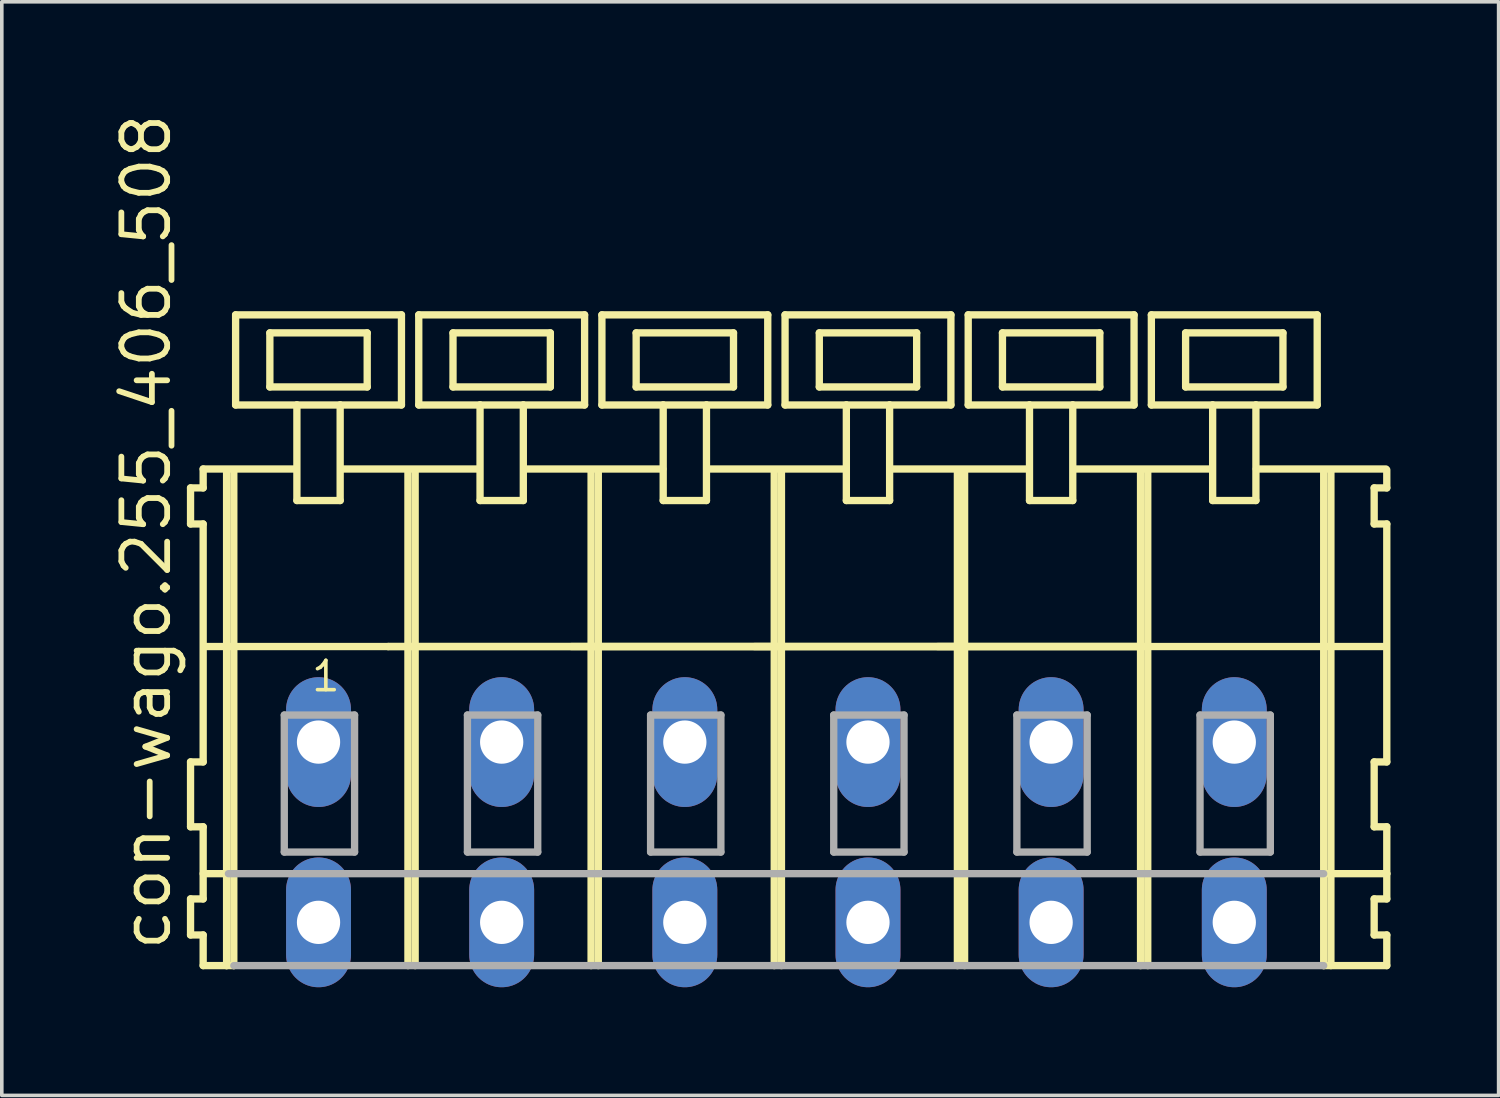
<source format=kicad_pcb>
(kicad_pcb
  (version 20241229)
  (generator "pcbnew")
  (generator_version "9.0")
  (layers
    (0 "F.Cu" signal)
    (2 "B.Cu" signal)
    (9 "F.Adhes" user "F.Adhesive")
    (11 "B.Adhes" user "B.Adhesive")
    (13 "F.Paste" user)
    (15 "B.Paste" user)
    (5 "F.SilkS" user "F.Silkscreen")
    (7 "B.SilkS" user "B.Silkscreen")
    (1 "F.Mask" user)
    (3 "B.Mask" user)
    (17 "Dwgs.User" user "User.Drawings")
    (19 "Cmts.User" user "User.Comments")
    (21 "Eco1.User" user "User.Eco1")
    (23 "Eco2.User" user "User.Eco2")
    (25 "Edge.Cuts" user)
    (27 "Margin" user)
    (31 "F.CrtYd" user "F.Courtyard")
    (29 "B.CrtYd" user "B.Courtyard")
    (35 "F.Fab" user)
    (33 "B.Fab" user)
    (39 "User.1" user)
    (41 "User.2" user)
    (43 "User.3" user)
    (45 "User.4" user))
  (footprint "con-wago.255_406_508"
    (layer "F.Cu")
    (at 18.485 17.533)
    (property "Reference" "con-wago.255_406_508" (at -16.735 5.855 90) (layer "F.SilkS") (effects (font (size 1.27 1.27) (thickness 0.16)) (justify left bottom)))
    (attr through_hole)
    (fp_line (start -16.25 -7.05) (end -16.25 -6.05) (stroke (width 0.203) (type default)) (layer "F.SilkS"))
    (fp_line (start -16.25 -6.05) (end -15.9 -6.05) (stroke (width 0.203) (type default)) (layer "F.SilkS"))
    (fp_line (start -16.25 0.55) (end -16.25 2.35) (stroke (width 0.203) (type default)) (layer "F.SilkS"))
    (fp_line (start -16.25 2.35) (end -15.9 2.35) (stroke (width 0.203) (type default)) (layer "F.SilkS"))
    (fp_line (start -16.25 4.35) (end -16.25 5.35) (stroke (width 0.203) (type default)) (layer "F.SilkS"))
    (fp_line (start -16.25 5.35) (end -15.9 5.35) (stroke (width 0.203) (type default)) (layer "F.SilkS"))
    (fp_line (start -15.9 -7.575) (end -15.9 -7.05) (stroke (width 0.203) (type default)) (layer "F.SilkS"))
    (fp_line (start -15.9 -7.575) (end -13.325 -7.575) (stroke (width 0.203) (type default)) (layer "F.SilkS"))
    (fp_line (start -15.9 -7.05) (end -16.25 -7.05) (stroke (width 0.203) (type default)) (layer "F.SilkS"))
    (fp_line (start -15.9 -6.05) (end -15.9 0.55) (stroke (width 0.203) (type default)) (layer "F.SilkS"))
    (fp_line (start -15.9 0.55) (end -16.25 0.55) (stroke (width 0.203) (type default)) (layer "F.SilkS"))
    (fp_line (start -15.9 2.35) (end -15.9 4.35) (stroke (width 0.203) (type default)) (layer "F.SilkS"))
    (fp_line (start -15.9 3.65) (end -15.2 3.65) (stroke (width 0.203) (type default)) (layer "F.SilkS"))
    (fp_line (start -15.9 4.35) (end -16.25 4.35) (stroke (width 0.203) (type default)) (layer "F.SilkS"))
    (fp_line (start -15.9 5.35) (end -15.9 6.2) (stroke (width 0.203) (type default)) (layer "F.SilkS"))
    (fp_line (start -15.9 6.2) (end -15.25 6.2) (stroke (width 0.203) (type default)) (layer "F.SilkS"))
    (fp_line (start -15.85 -2.65) (end -10.77 -2.65) (stroke (width 0.203) (type default)) (layer "F.SilkS"))
    (fp_line (start -15.25 -7.55) (end -15.25 6.2) (stroke (width 0.203) (type default)) (layer "F.SilkS"))
    (fp_line (start -15.25 6.2) (end -15.05 6.2) (stroke (width 0.203) (type default)) (layer "F.SilkS"))
    (fp_line (start -15.05 -7.55) (end -15.05 6.2) (stroke (width 0.203) (type default)) (layer "F.SilkS"))
    (fp_line (start -15 -11.85) (end -15 -9.35) (stroke (width 0.203) (type default)) (layer "F.SilkS"))
    (fp_line (start -15 -9.35) (end -13.3 -9.35) (stroke (width 0.203) (type default)) (layer "F.SilkS"))
    (fp_line (start -14.05 -11.35) (end -14.05 -9.85) (stroke (width 0.203) (type default)) (layer "F.SilkS"))
    (fp_line (start -14.05 -9.85) (end -11.35 -9.85) (stroke (width 0.203) (type default)) (layer "F.SilkS"))
    (fp_line (start -13.3 -9.35) (end -13.3 -6.7) (stroke (width 0.203) (type default)) (layer "F.SilkS"))
    (fp_line (start -13.3 -9.35) (end -12.1 -9.35) (stroke (width 0.203) (type default)) (layer "F.SilkS"))
    (fp_line (start -13.3 -6.7) (end -12.1 -6.7) (stroke (width 0.203) (type default)) (layer "F.SilkS"))
    (fp_line (start -12.1 -9.35) (end -10.4 -9.35) (stroke (width 0.203) (type default)) (layer "F.SilkS"))
    (fp_line (start -12.1 -6.7) (end -12.1 -9.35) (stroke (width 0.203) (type default)) (layer "F.SilkS"))
    (fp_line (start -12.075 -7.575) (end -8.241 -7.575) (stroke (width 0.203) (type default)) (layer "F.SilkS"))
    (fp_line (start -11.35 -11.35) (end -14.05 -11.35) (stroke (width 0.203) (type default)) (layer "F.SilkS"))
    (fp_line (start -11.35 -9.85) (end -11.35 -11.35) (stroke (width 0.203) (type default)) (layer "F.SilkS"))
    (fp_line (start -10.77 -2.65) (end -10.22 -2.65) (stroke (width 0.203) (type default)) (layer "F.SilkS"))
    (fp_line (start -10.77 -2.65) (end -5.14 -2.65) (stroke (width 0.203) (type default)) (layer "F.SilkS"))
    (fp_line (start -10.4 -11.85) (end -15 -11.85) (stroke (width 0.203) (type default)) (layer "F.SilkS"))
    (fp_line (start -10.4 -9.35) (end -10.4 -11.85) (stroke (width 0.203) (type default)) (layer "F.SilkS"))
    (fp_line (start -10.22 -7.55) (end -10.22 -2.65) (stroke (width 0.203) (type default)) (layer "F.SilkS"))
    (fp_line (start -10.22 -2.65) (end -10.22 6.2) (stroke (width 0.203) (type default)) (layer "F.SilkS"))
    (fp_line (start -10.22 -2.65) (end -5.14 -2.65) (stroke (width 0.203) (type default)) (layer "F.SilkS"))
    (fp_line (start -10.02 -7.55) (end -10.02 6.2) (stroke (width 0.203) (type default)) (layer "F.SilkS"))
    (fp_line (start -9.92 -11.85) (end -9.92 -9.35) (stroke (width 0.203) (type default)) (layer "F.SilkS"))
    (fp_line (start -9.92 -9.35) (end -8.22 -9.35) (stroke (width 0.203) (type default)) (layer "F.SilkS"))
    (fp_line (start -8.97 -11.35) (end -8.97 -9.85) (stroke (width 0.203) (type default)) (layer "F.SilkS"))
    (fp_line (start -8.97 -9.85) (end -6.27 -9.85) (stroke (width 0.203) (type default)) (layer "F.SilkS"))
    (fp_line (start -8.22 -9.35) (end -8.22 -6.7) (stroke (width 0.203) (type default)) (layer "F.SilkS"))
    (fp_line (start -8.22 -9.35) (end -7.02 -9.35) (stroke (width 0.203) (type default)) (layer "F.SilkS"))
    (fp_line (start -8.22 -6.7) (end -7.02 -6.7) (stroke (width 0.203) (type default)) (layer "F.SilkS"))
    (fp_line (start -7.02 -9.35) (end -5.32 -9.35) (stroke (width 0.203) (type default)) (layer "F.SilkS"))
    (fp_line (start -7.02 -6.7) (end -7.02 -9.35) (stroke (width 0.203) (type default)) (layer "F.SilkS"))
    (fp_line (start -6.995 -7.575) (end -3.15 -7.575) (stroke (width 0.203) (type default)) (layer "F.SilkS"))
    (fp_line (start -6.27 -11.35) (end -8.97 -11.35) (stroke (width 0.203) (type default)) (layer "F.SilkS"))
    (fp_line (start -6.27 -9.85) (end -6.27 -11.35) (stroke (width 0.203) (type default)) (layer "F.SilkS"))
    (fp_line (start -5.69 -2.65) (end -0.06 -2.65) (stroke (width 0.203) (type default)) (layer "F.SilkS"))
    (fp_line (start -5.32 -11.85) (end -9.92 -11.85) (stroke (width 0.203) (type default)) (layer "F.SilkS"))
    (fp_line (start -5.32 -9.35) (end -5.32 -11.85) (stroke (width 0.203) (type default)) (layer "F.SilkS"))
    (fp_line (start -5.14 -7.55) (end -5.14 -2.65) (stroke (width 0.203) (type default)) (layer "F.SilkS"))
    (fp_line (start -5.14 -2.65) (end -5.14 6.2) (stroke (width 0.203) (type default)) (layer "F.SilkS"))
    (fp_line (start -5.14 -2.65) (end -0.06 -2.65) (stroke (width 0.203) (type default)) (layer "F.SilkS"))
    (fp_line (start -5.14 -2.65) (end 15.18 -2.65) (stroke (width 0.203) (type default)) (layer "F.SilkS"))
    (fp_line (start -4.94 -7.55) (end -4.94 6.2) (stroke (width 0.203) (type default)) (layer "F.SilkS"))
    (fp_line (start -4.84 -11.85) (end -4.84 -9.35) (stroke (width 0.203) (type default)) (layer "F.SilkS"))
    (fp_line (start -4.84 -9.35) (end -3.14 -9.35) (stroke (width 0.203) (type default)) (layer "F.SilkS"))
    (fp_line (start -3.89 -11.35) (end -3.89 -9.85) (stroke (width 0.203) (type default)) (layer "F.SilkS"))
    (fp_line (start -3.89 -9.85) (end -1.19 -9.85) (stroke (width 0.203) (type default)) (layer "F.SilkS"))
    (fp_line (start -3.14 -9.35) (end -3.14 -6.7) (stroke (width 0.203) (type default)) (layer "F.SilkS"))
    (fp_line (start -3.14 -9.35) (end -1.94 -9.35) (stroke (width 0.203) (type default)) (layer "F.SilkS"))
    (fp_line (start -3.14 -6.7) (end -1.94 -6.7) (stroke (width 0.203) (type default)) (layer "F.SilkS"))
    (fp_line (start -1.94 -9.35) (end -0.24 -9.35) (stroke (width 0.203) (type default)) (layer "F.SilkS"))
    (fp_line (start -1.94 -6.7) (end -1.94 -9.35) (stroke (width 0.203) (type default)) (layer "F.SilkS"))
    (fp_line (start -1.915 -7.575) (end 1.93 -7.575) (stroke (width 0.203) (type default)) (layer "F.SilkS"))
    (fp_line (start -1.19 -11.35) (end -3.89 -11.35) (stroke (width 0.203) (type default)) (layer "F.SilkS"))
    (fp_line (start -1.19 -9.85) (end -1.19 -11.35) (stroke (width 0.203) (type default)) (layer "F.SilkS"))
    (fp_line (start -0.61 -2.65) (end 5.02 -2.65) (stroke (width 0.203) (type default)) (layer "F.SilkS"))
    (fp_line (start -0.24 -11.85) (end -4.84 -11.85) (stroke (width 0.203) (type default)) (layer "F.SilkS"))
    (fp_line (start -0.24 -9.35) (end -0.24 -11.85) (stroke (width 0.203) (type default)) (layer "F.SilkS"))
    (fp_line (start -0.06 -7.55) (end -0.06 -2.65) (stroke (width 0.203) (type default)) (layer "F.SilkS"))
    (fp_line (start -0.06 -2.65) (end -0.06 6.2) (stroke (width 0.203) (type default)) (layer "F.SilkS"))
    (fp_line (start -0.06 -2.65) (end 5.02 -2.65) (stroke (width 0.203) (type default)) (layer "F.SilkS"))
    (fp_line (start 0.14 -7.55) (end 0.14 6.2) (stroke (width 0.203) (type default)) (layer "F.SilkS"))
    (fp_line (start 0.24 -11.85) (end 0.24 -9.35) (stroke (width 0.203) (type default)) (layer "F.SilkS"))
    (fp_line (start 0.24 -9.35) (end 1.94 -9.35) (stroke (width 0.203) (type default)) (layer "F.SilkS"))
    (fp_line (start 1.19 -11.35) (end 1.19 -9.85) (stroke (width 0.203) (type default)) (layer "F.SilkS"))
    (fp_line (start 1.19 -9.85) (end 3.89 -9.85) (stroke (width 0.203) (type default)) (layer "F.SilkS"))
    (fp_line (start 1.94 -9.35) (end 1.94 -6.7) (stroke (width 0.203) (type default)) (layer "F.SilkS"))
    (fp_line (start 1.94 -9.35) (end 3.14 -9.35) (stroke (width 0.203) (type default)) (layer "F.SilkS"))
    (fp_line (start 1.94 -6.7) (end 3.14 -6.7) (stroke (width 0.203) (type default)) (layer "F.SilkS"))
    (fp_line (start 3.14 -9.35) (end 4.84 -9.35) (stroke (width 0.203) (type default)) (layer "F.SilkS"))
    (fp_line (start 3.14 -6.7) (end 3.14 -9.35) (stroke (width 0.203) (type default)) (layer "F.SilkS"))
    (fp_line (start 3.165 -7.575) (end 7.01 -7.575) (stroke (width 0.203) (type default)) (layer "F.SilkS"))
    (fp_line (start 3.89 -11.35) (end 1.19 -11.35) (stroke (width 0.203) (type default)) (layer "F.SilkS"))
    (fp_line (start 3.89 -9.85) (end 3.89 -11.35) (stroke (width 0.203) (type default)) (layer "F.SilkS"))
    (fp_line (start 4.47 -2.65) (end 10.1 -2.65) (stroke (width 0.203) (type default)) (layer "F.SilkS"))
    (fp_line (start 4.84 -11.85) (end 0.24 -11.85) (stroke (width 0.203) (type default)) (layer "F.SilkS"))
    (fp_line (start 4.84 -9.35) (end 4.84 -11.85) (stroke (width 0.203) (type default)) (layer "F.SilkS"))
    (fp_line (start 5.02 -7.55) (end 5.02 -2.65) (stroke (width 0.203) (type default)) (layer "F.SilkS"))
    (fp_line (start 5.02 -2.65) (end 5.02 6.2) (stroke (width 0.203) (type default)) (layer "F.SilkS"))
    (fp_line (start 5.02 -2.65) (end 10.1 -2.65) (stroke (width 0.203) (type default)) (layer "F.SilkS"))
    (fp_line (start 5.22 -7.55) (end 5.22 6.2) (stroke (width 0.203) (type default)) (layer "F.SilkS"))
    (fp_line (start 5.32 -11.85) (end 5.32 -9.35) (stroke (width 0.203) (type default)) (layer "F.SilkS"))
    (fp_line (start 5.32 -9.35) (end 7.02 -9.35) (stroke (width 0.203) (type default)) (layer "F.SilkS"))
    (fp_line (start 6.27 -11.35) (end 6.27 -9.85) (stroke (width 0.203) (type default)) (layer "F.SilkS"))
    (fp_line (start 6.27 -9.85) (end 8.97 -9.85) (stroke (width 0.203) (type default)) (layer "F.SilkS"))
    (fp_line (start 7.02 -9.35) (end 7.02 -6.7) (stroke (width 0.203) (type default)) (layer "F.SilkS"))
    (fp_line (start 7.02 -9.35) (end 8.22 -9.35) (stroke (width 0.203) (type default)) (layer "F.SilkS"))
    (fp_line (start 7.02 -6.7) (end 8.22 -6.7) (stroke (width 0.203) (type default)) (layer "F.SilkS"))
    (fp_line (start 8.22 -9.35) (end 9.92 -9.35) (stroke (width 0.203) (type default)) (layer "F.SilkS"))
    (fp_line (start 8.22 -6.7) (end 8.22 -9.35) (stroke (width 0.203) (type default)) (layer "F.SilkS"))
    (fp_line (start 8.245 -7.575) (end 12.09 -7.575) (stroke (width 0.203) (type default)) (layer "F.SilkS"))
    (fp_line (start 8.97 -11.35) (end 6.27 -11.35) (stroke (width 0.203) (type default)) (layer "F.SilkS"))
    (fp_line (start 8.97 -9.85) (end 8.97 -11.35) (stroke (width 0.203) (type default)) (layer "F.SilkS"))
    (fp_line (start 9.92 -11.85) (end 5.32 -11.85) (stroke (width 0.203) (type default)) (layer "F.SilkS"))
    (fp_line (start 9.92 -9.35) (end 9.92 -11.85) (stroke (width 0.203) (type default)) (layer "F.SilkS"))
    (fp_line (start 10.1 -7.55) (end 10.1 -2.65) (stroke (width 0.203) (type default)) (layer "F.SilkS"))
    (fp_line (start 10.1 -2.65) (end 10.1 6.2) (stroke (width 0.203) (type default)) (layer "F.SilkS"))
    (fp_line (start 10.3 -7.55) (end 10.3 6.2) (stroke (width 0.203) (type default)) (layer "F.SilkS"))
    (fp_line (start 10.4 -11.85) (end 10.4 -9.35) (stroke (width 0.203) (type default)) (layer "F.SilkS"))
    (fp_line (start 10.4 -9.35) (end 12.1 -9.35) (stroke (width 0.203) (type default)) (layer "F.SilkS"))
    (fp_line (start 11.35 -11.35) (end 11.35 -9.85) (stroke (width 0.203) (type default)) (layer "F.SilkS"))
    (fp_line (start 11.35 -9.85) (end 14.05 -9.85) (stroke (width 0.203) (type default)) (layer "F.SilkS"))
    (fp_line (start 12.1 -9.35) (end 12.1 -6.7) (stroke (width 0.203) (type default)) (layer "F.SilkS"))
    (fp_line (start 12.1 -9.35) (end 13.3 -9.35) (stroke (width 0.203) (type default)) (layer "F.SilkS"))
    (fp_line (start 12.1 -6.7) (end 13.3 -6.7) (stroke (width 0.203) (type default)) (layer "F.SilkS"))
    (fp_line (start 13.3 -9.35) (end 15 -9.35) (stroke (width 0.203) (type default)) (layer "F.SilkS"))
    (fp_line (start 13.3 -6.7) (end 13.3 -9.35) (stroke (width 0.203) (type default)) (layer "F.SilkS"))
    (fp_line (start 13.31 -7.575) (end 16.905 -7.575) (stroke (width 0.203) (type default)) (layer "F.SilkS"))
    (fp_line (start 14.05 -11.35) (end 11.35 -11.35) (stroke (width 0.203) (type default)) (layer "F.SilkS"))
    (fp_line (start 14.05 -9.85) (end 14.05 -11.35) (stroke (width 0.203) (type default)) (layer "F.SilkS"))
    (fp_line (start 15 -11.85) (end 10.4 -11.85) (stroke (width 0.203) (type default)) (layer "F.SilkS"))
    (fp_line (start 15 -9.35) (end 15 -11.85) (stroke (width 0.203) (type default)) (layer "F.SilkS"))
    (fp_line (start 15.18 -7.55) (end 15.18 -2.65) (stroke (width 0.203) (type default)) (layer "F.SilkS"))
    (fp_line (start 15.18 -2.65) (end 15.18 6.2) (stroke (width 0.203) (type default)) (layer "F.SilkS"))
    (fp_line (start 15.18 -2.65) (end 16.88 -2.65) (stroke (width 0.203) (type default)) (layer "F.SilkS"))
    (fp_line (start 15.18 6.2) (end 16.93 6.2) (stroke (width 0.203) (type default)) (layer "F.SilkS"))
    (fp_line (start 15.23 3.65) (end 16.93 3.65) (stroke (width 0.203) (type default)) (layer "F.SilkS"))
    (fp_line (start 15.38 -7.55) (end 15.38 6.2) (stroke (width 0.203) (type default)) (layer "F.SilkS"))
    (fp_line (start 16.58 -7.05) (end 16.58 -6.05) (stroke (width 0.203) (type default)) (layer "F.SilkS"))
    (fp_line (start 16.58 -6.05) (end 16.93 -6.05) (stroke (width 0.203) (type default)) (layer "F.SilkS"))
    (fp_line (start 16.58 0.55) (end 16.58 2.35) (stroke (width 0.203) (type default)) (layer "F.SilkS"))
    (fp_line (start 16.58 2.35) (end 16.93 2.35) (stroke (width 0.203) (type default)) (layer "F.SilkS"))
    (fp_line (start 16.58 4.35) (end 16.58 5.35) (stroke (width 0.203) (type default)) (layer "F.SilkS"))
    (fp_line (start 16.58 5.35) (end 16.93 5.35) (stroke (width 0.203) (type default)) (layer "F.SilkS"))
    (fp_line (start 16.93 -7.05) (end 16.58 -7.05) (stroke (width 0.203) (type default)) (layer "F.SilkS"))
    (fp_line (start 16.93 -7.05) (end 16.93 -7.55) (stroke (width 0.203) (type default)) (layer "F.SilkS"))
    (fp_line (start 16.93 0.55) (end 16.58 0.55) (stroke (width 0.203) (type default)) (layer "F.SilkS"))
    (fp_line (start 16.93 0.55) (end 16.93 -6.05) (stroke (width 0.203) (type default)) (layer "F.SilkS"))
    (fp_line (start 16.93 3.65) (end 16.93 2.35) (stroke (width 0.203) (type default)) (layer "F.SilkS"))
    (fp_line (start 16.93 4.35) (end 16.58 4.35) (stroke (width 0.203) (type default)) (layer "F.SilkS"))
    (fp_line (start 16.93 4.35) (end 16.93 3.65) (stroke (width 0.203) (type default)) (layer "F.SilkS"))
    (fp_line (start 16.93 6.2) (end 16.93 5.35) (stroke (width 0.203) (type default)) (layer "F.SilkS"))
    (fp_line (start -15.2 3.65) (end 15.18 3.65) (stroke (width 0.203) (type default)) (layer "F.Fab"))
    (fp_line (start -15.05 6.2) (end 15.18 6.2) (stroke (width 0.203) (type default)) (layer "F.Fab"))
    (fp_line (start -13.65 -0.75) (end -13.65 3.05) (stroke (width 0.203) (type default)) (layer "F.Fab"))
    (fp_line (start -13.65 3.05) (end -11.7 3.05) (stroke (width 0.203) (type default)) (layer "F.Fab"))
    (fp_line (start -11.7 -0.75) (end -13.65 -0.75) (stroke (width 0.203) (type default)) (layer "F.Fab"))
    (fp_line (start -11.7 3.05) (end -11.7 -0.75) (stroke (width 0.203) (type default)) (layer "F.Fab"))
    (fp_line (start -8.57 -0.75) (end -8.57 3.05) (stroke (width 0.203) (type default)) (layer "F.Fab"))
    (fp_line (start -8.57 3.05) (end -6.62 3.05) (stroke (width 0.203) (type default)) (layer "F.Fab"))
    (fp_line (start -6.62 -0.75) (end -8.57 -0.75) (stroke (width 0.203) (type default)) (layer "F.Fab"))
    (fp_line (start -6.62 3.05) (end -6.62 -0.75) (stroke (width 0.203) (type default)) (layer "F.Fab"))
    (fp_line (start -3.49 -0.75) (end -3.49 3.05) (stroke (width 0.203) (type default)) (layer "F.Fab"))
    (fp_line (start -3.49 3.05) (end -1.54 3.05) (stroke (width 0.203) (type default)) (layer "F.Fab"))
    (fp_line (start -1.54 -0.75) (end -3.49 -0.75) (stroke (width 0.203) (type default)) (layer "F.Fab"))
    (fp_line (start -1.54 3.05) (end -1.54 -0.75) (stroke (width 0.203) (type default)) (layer "F.Fab"))
    (fp_line (start 1.59 -0.75) (end 1.59 3.05) (stroke (width 0.203) (type default)) (layer "F.Fab"))
    (fp_line (start 1.59 3.05) (end 3.54 3.05) (stroke (width 0.203) (type default)) (layer "F.Fab"))
    (fp_line (start 3.54 -0.75) (end 1.59 -0.75) (stroke (width 0.203) (type default)) (layer "F.Fab"))
    (fp_line (start 3.54 3.05) (end 3.54 -0.75) (stroke (width 0.203) (type default)) (layer "F.Fab"))
    (fp_line (start 6.67 -0.75) (end 6.67 3.05) (stroke (width 0.203) (type default)) (layer "F.Fab"))
    (fp_line (start 6.67 3.05) (end 8.62 3.05) (stroke (width 0.203) (type default)) (layer "F.Fab"))
    (fp_line (start 8.62 -0.75) (end 6.67 -0.75) (stroke (width 0.203) (type default)) (layer "F.Fab"))
    (fp_line (start 8.62 3.05) (end 8.62 -0.75) (stroke (width 0.203) (type default)) (layer "F.Fab"))
    (fp_line (start 11.75 -0.75) (end 11.75 3.05) (stroke (width 0.203) (type default)) (layer "F.Fab"))
    (fp_line (start 11.75 3.05) (end 13.7 3.05) (stroke (width 0.203) (type default)) (layer "F.Fab"))
    (fp_line (start 13.7 -0.75) (end 11.75 -0.75) (stroke (width 0.203) (type default)) (layer "F.Fab"))
    (fp_line (start 13.7 3.05) (end 13.7 -0.75) (stroke (width 0.203) (type default)) (layer "F.Fab"))
    (fp_text user "1" (at -12.95 -1.35 0) (layer "F.SilkS") (effects (font (size 0.813 0.813) (thickness 0.1)) (justify left bottom)))
    (pad "A1" thru_hole oval (at -12.7 0 90) (size 3.6 1.8) (drill 1.2) (layers "*.Cu" "*.Mask"))
    (pad "A2" thru_hole oval (at -7.62 0 90) (size 3.6 1.8) (drill 1.2) (layers "*.Cu" "*.Mask"))
    (pad "A3" thru_hole oval (at -2.54 0 90) (size 3.6 1.8) (drill 1.2) (layers "*.Cu" "*.Mask"))
    (pad "A4" thru_hole oval (at 2.54 0 90) (size 3.6 1.8) (drill 1.2) (layers "*.Cu" "*.Mask"))
    (pad "A5" thru_hole oval (at 7.62 0 90) (size 3.6 1.8) (drill 1.2) (layers "*.Cu" "*.Mask"))
    (pad "A6" thru_hole oval (at 12.7 0 90) (size 3.6 1.8) (drill 1.2) (layers "*.Cu" "*.Mask"))
    (pad "B1" thru_hole oval (at -12.7 5 90) (size 3.6 1.8) (drill 1.2) (layers "*.Cu" "*.Mask"))
    (pad "B2" thru_hole oval (at -7.62 5 90) (size 3.6 1.8) (drill 1.2) (layers "*.Cu" "*.Mask"))
    (pad "B3" thru_hole oval (at -2.54 5 90) (size 3.6 1.8) (drill 1.2) (layers "*.Cu" "*.Mask"))
    (pad "B4" thru_hole oval (at 2.54 5 90) (size 3.6 1.8) (drill 1.2) (layers "*.Cu" "*.Mask"))
    (pad "B5" thru_hole oval (at 7.62 5 90) (size 3.6 1.8) (drill 1.2) (layers "*.Cu" "*.Mask"))
    (pad "B6" thru_hole oval (at 12.7 5 90) (size 3.6 1.8) (drill 1.2) (layers "*.Cu" "*.Mask")))
  (gr_rect
    (start -3 -3)
    (end 38.517 27.333)
    (stroke (width 0.1) (type default))
    (fill no)
    (layer "Edge.Cuts")))
</source>
